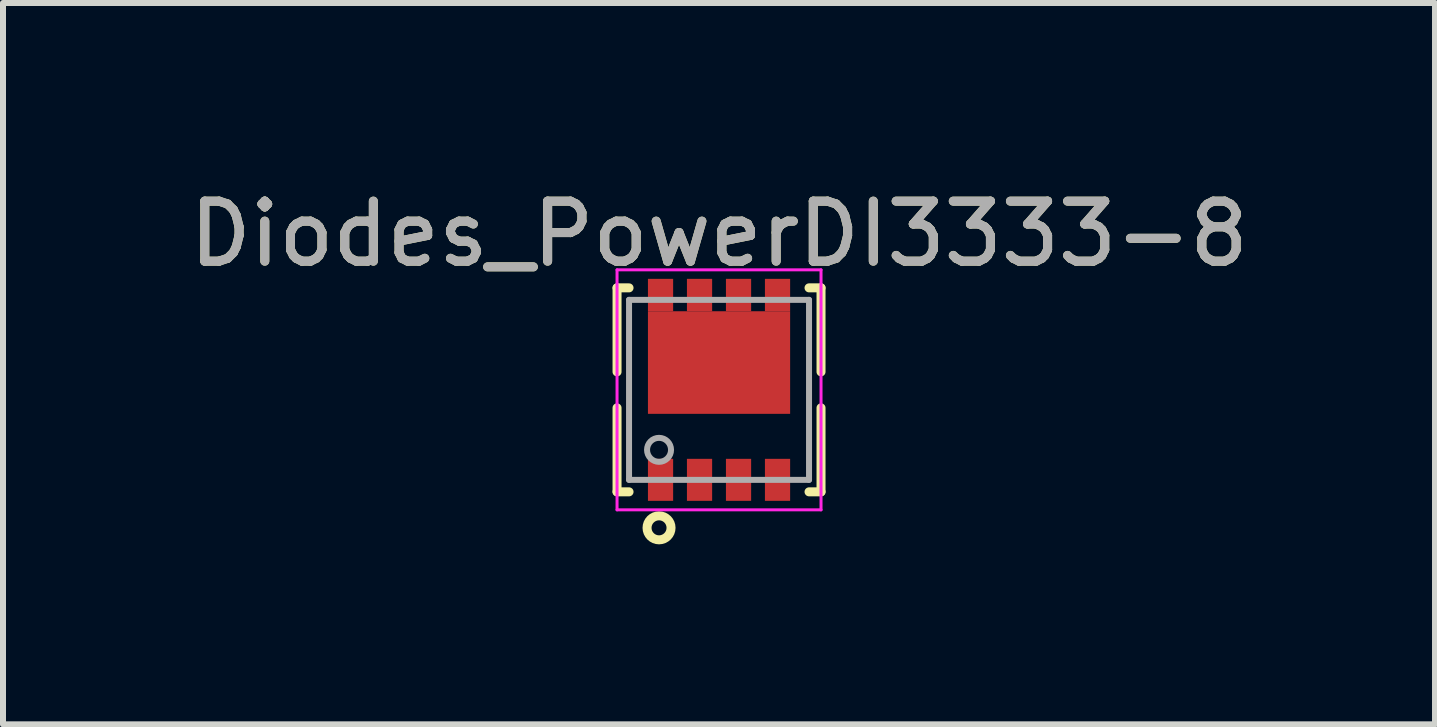
<source format=kicad_pcb>
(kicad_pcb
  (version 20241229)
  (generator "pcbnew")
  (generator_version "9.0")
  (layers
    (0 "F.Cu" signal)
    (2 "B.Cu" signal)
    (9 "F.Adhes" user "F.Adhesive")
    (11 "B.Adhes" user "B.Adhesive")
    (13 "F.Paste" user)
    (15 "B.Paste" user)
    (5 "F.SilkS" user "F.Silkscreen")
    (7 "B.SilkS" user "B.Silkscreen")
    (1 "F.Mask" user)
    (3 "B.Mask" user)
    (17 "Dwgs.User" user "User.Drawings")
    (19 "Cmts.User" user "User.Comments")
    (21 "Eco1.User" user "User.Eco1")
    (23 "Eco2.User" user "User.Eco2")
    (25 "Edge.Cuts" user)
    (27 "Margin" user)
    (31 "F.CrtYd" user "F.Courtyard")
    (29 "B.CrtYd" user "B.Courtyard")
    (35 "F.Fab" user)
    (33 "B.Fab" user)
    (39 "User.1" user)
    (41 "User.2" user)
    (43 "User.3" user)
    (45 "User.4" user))
  (footprint "Diodes_PowerDI3333-8"
    (layer "F.Cu")
    (at 8.935 3.448)
    (property "Reference" "Diodes_PowerDI3333-8" (at 0 -2.6 0) (layer "F.SilkS") (effects (font (size 1 1) (thickness 0.15))))
    (attr smd)
    (fp_line (start -1.7 -1.7) (end -1.7 -0.3) (stroke (width 0.15) (type solid)) (layer "F.SilkS"))
    (fp_line (start -1.7 0.3) (end -1.7 1.7) (stroke (width 0.15) (type solid)) (layer "F.SilkS"))
    (fp_line (start -1.7 1.7) (end -1.5 1.7) (stroke (width 0.15) (type solid)) (layer "F.SilkS"))
    (fp_line (start -1.5 -1.7) (end -1.7 -1.7) (stroke (width 0.15) (type solid)) (layer "F.SilkS"))
    (fp_line (start 1.5 1.7) (end 1.7 1.7) (stroke (width 0.15) (type solid)) (layer "F.SilkS"))
    (fp_line (start 1.7 -1.7) (end 1.5 -1.7) (stroke (width 0.15) (type solid)) (layer "F.SilkS"))
    (fp_line (start 1.7 -1.7) (end 1.7 -0.3) (stroke (width 0.15) (type solid)) (layer "F.SilkS"))
    (fp_line (start 1.7 0.3) (end 1.7 1.7) (stroke (width 0.15) (type solid)) (layer "F.SilkS"))
    (fp_circle (center -1 2.3) (end -1 2.1) (stroke (width 0.15) (type solid)) (fill no) (layer "F.SilkS"))
    (fp_line (start -1.7 -2) (end 1.7 -2) (stroke (width 0.05) (type solid)) (layer "F.CrtYd"))
    (fp_line (start -1.7 2) (end -1.7 -2) (stroke (width 0.05) (type solid)) (layer "F.CrtYd"))
    (fp_line (start 1.7 -2) (end 1.7 2) (stroke (width 0.05) (type solid)) (layer "F.CrtYd"))
    (fp_line (start 1.7 2) (end -1.7 2) (stroke (width 0.05) (type solid)) (layer "F.CrtYd"))
    (fp_line (start -1.5 -1.5) (end 1.5 -1.5) (stroke (width 0.1) (type solid)) (layer "F.Fab"))
    (fp_line (start -1.5 1.5) (end -1.5 -1.5) (stroke (width 0.1) (type solid)) (layer "F.Fab"))
    (fp_line (start 1.5 -1.5) (end 1.5 1.5) (stroke (width 0.1) (type solid)) (layer "F.Fab"))
    (fp_line (start 1.5 1.5) (end -1.5 1.5) (stroke (width 0.1) (type solid)) (layer "F.Fab"))
    (fp_circle (center -1 1) (end -1 0.8) (stroke (width 0.1) (type solid)) (fill no) (layer "F.Fab"))
    (fp_text user "${REFERENCE}" (at 0 -2.6 0) (layer "F.Fab") (effects (font (size 1 1) (thickness 0.15))))
    (pad "1" smd rect (at -0.975 1.5) (size 0.42 0.7) (layers "F.Cu" "F.Mask" "F.Paste"))
    (pad "2" smd rect (at -0.325 1.5) (size 0.42 0.7) (layers "F.Cu" "F.Mask" "F.Paste"))
    (pad "3" smd rect (at 0.325 1.5) (size 0.42 0.7) (layers "F.Cu" "F.Mask" "F.Paste"))
    (pad "4" smd rect (at 0.975 1.5) (size 0.42 0.7) (layers "F.Cu" "F.Mask" "F.Paste"))
    (pad "5" smd rect (at 0.975 -1.58) (size 0.42 0.54) (layers "F.Cu" "F.Mask" "F.Paste"))
    (pad "6" smd rect (at 0.325 -1.58) (size 0.42 0.54) (layers "F.Cu" "F.Mask" "F.Paste"))
    (pad "7" smd rect (at -0.325 -1.58) (size 0.42 0.54) (layers "F.Cu" "F.Mask" "F.Paste"))
    (pad "8" smd rect (at -0.975 -1.58) (size 0.42 0.54) (layers "F.Cu" "F.Mask" "F.Paste"))
    (pad "9" smd rect (at 0 -0.455) (size 2.37 1.71) (layers "F.Cu" "F.Mask" "F.Paste")))
  (gr_rect
    (start -3 -3)
    (end 20.869 9.023)
    (stroke (width 0.1) (type default))
    (fill no)
    (layer "Edge.Cuts")))
</source>
